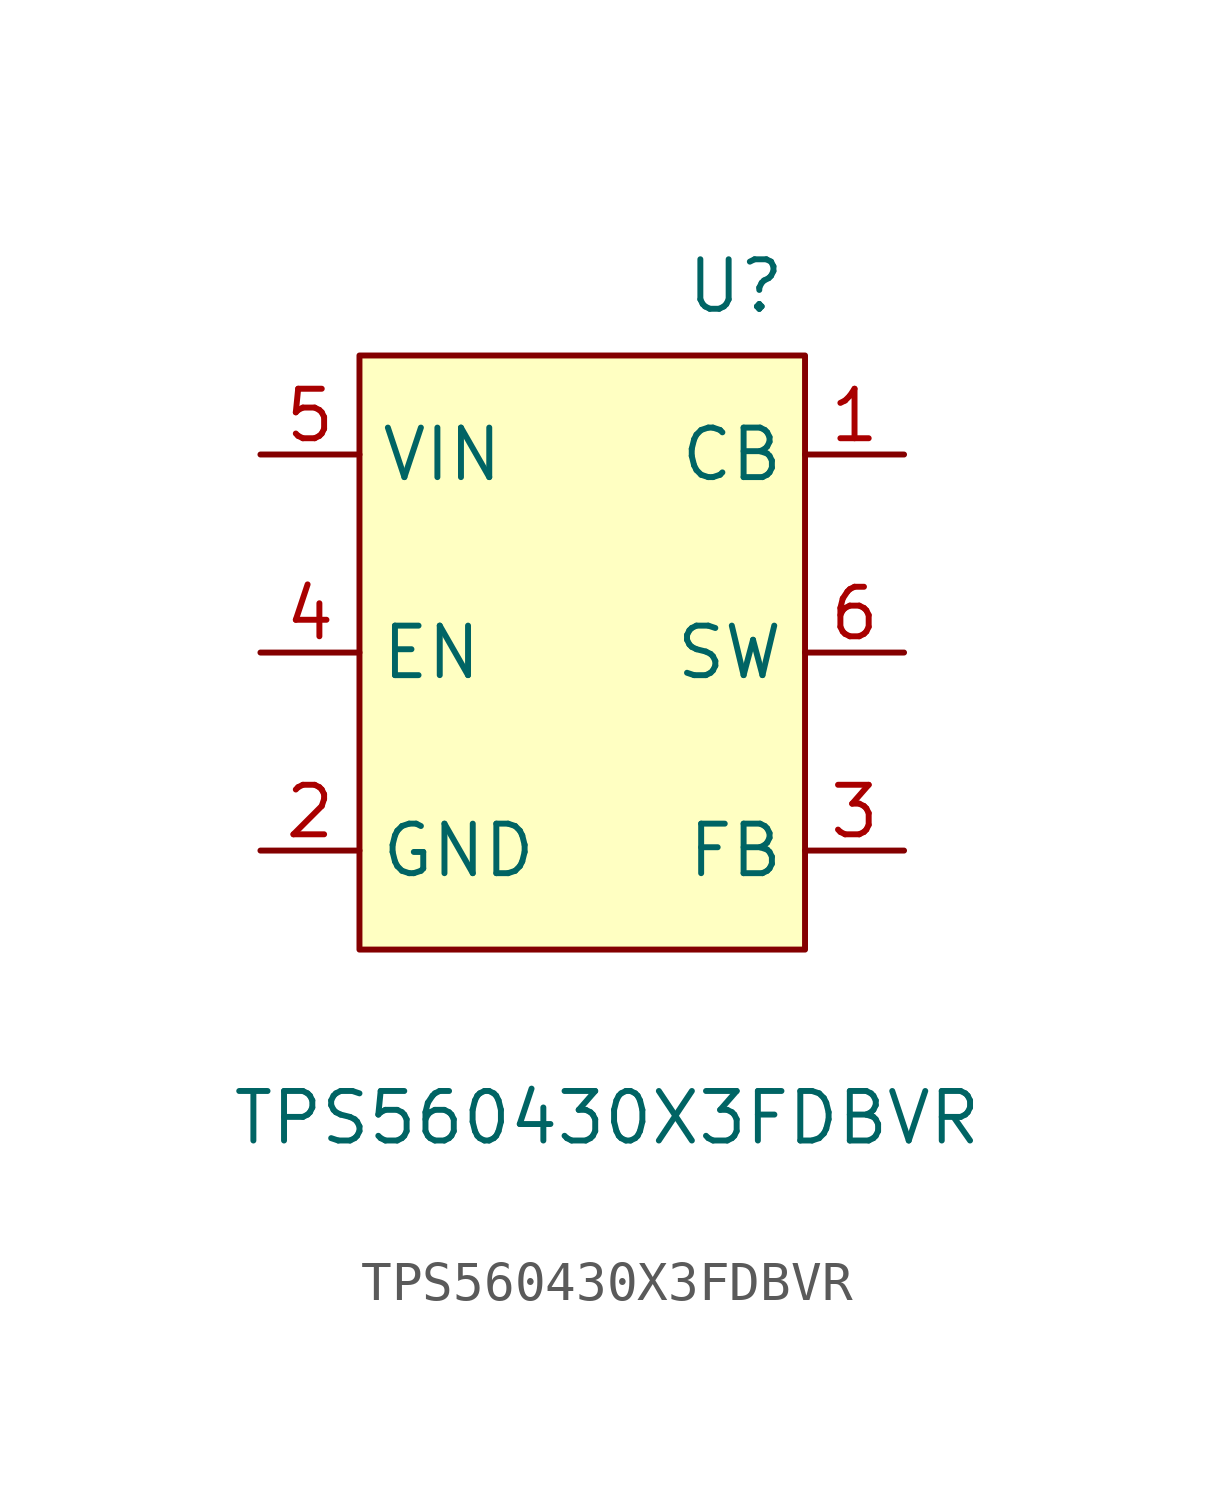
<source format=kicad_sym>
(kicad_symbol_lib
  (version 20241209)
  (generator "kicad_symbol_editor")
  (generator_version "9.0")
  (symbol "TPS560430X3FDBVR"
    (property "Reference" "U"
      (at 4.572 9.398 0)
      (effects (font (size 1.27 1.27))))
    (property "Value" "TPS560430X3FDBVR"
      (at 1.27 -11.938 0)
      (effects (font (size 1.27 1.27))))
    (symbol "TPS560430X3FDBVR_1_1"
      (rectangle (start -5.08 7.62) (end 6.35 -7.62) (stroke (width 0) (type solid)) (fill (type background)))
      (pin passive line (at -7.62 5.08 0) (length 2.54) (name "VIN" (effects (font (size 1.27 1.27)))) (number "5" (effects (font (size 1.27 1.27)))))
      (pin passive line (at -7.62 0 0) (length 2.54) (name "EN" (effects (font (size 1.27 1.27)))) (number "4" (effects (font (size 1.27 1.27)))))
      (pin passive line (at -7.62 -5.08 0) (length 2.54) (name "GND" (effects (font (size 1.27 1.27)))) (number "2" (effects (font (size 1.27 1.27)))))
      (pin passive line (at 8.89 5.08 180) (length 2.54) (name "CB" (effects (font (size 1.27 1.27)))) (number "1" (effects (font (size 1.27 1.27)))))
      (pin passive line (at 8.89 0 180) (length 2.54) (name "SW" (effects (font (size 1.27 1.27)))) (number "6" (effects (font (size 1.27 1.27)))))
      (pin passive line (at 8.89 -5.08 180) (length 2.54) (name "FB" (effects (font (size 1.27 1.27)))) (number "3" (effects (font (size 1.27 1.27))))))))
</source>
